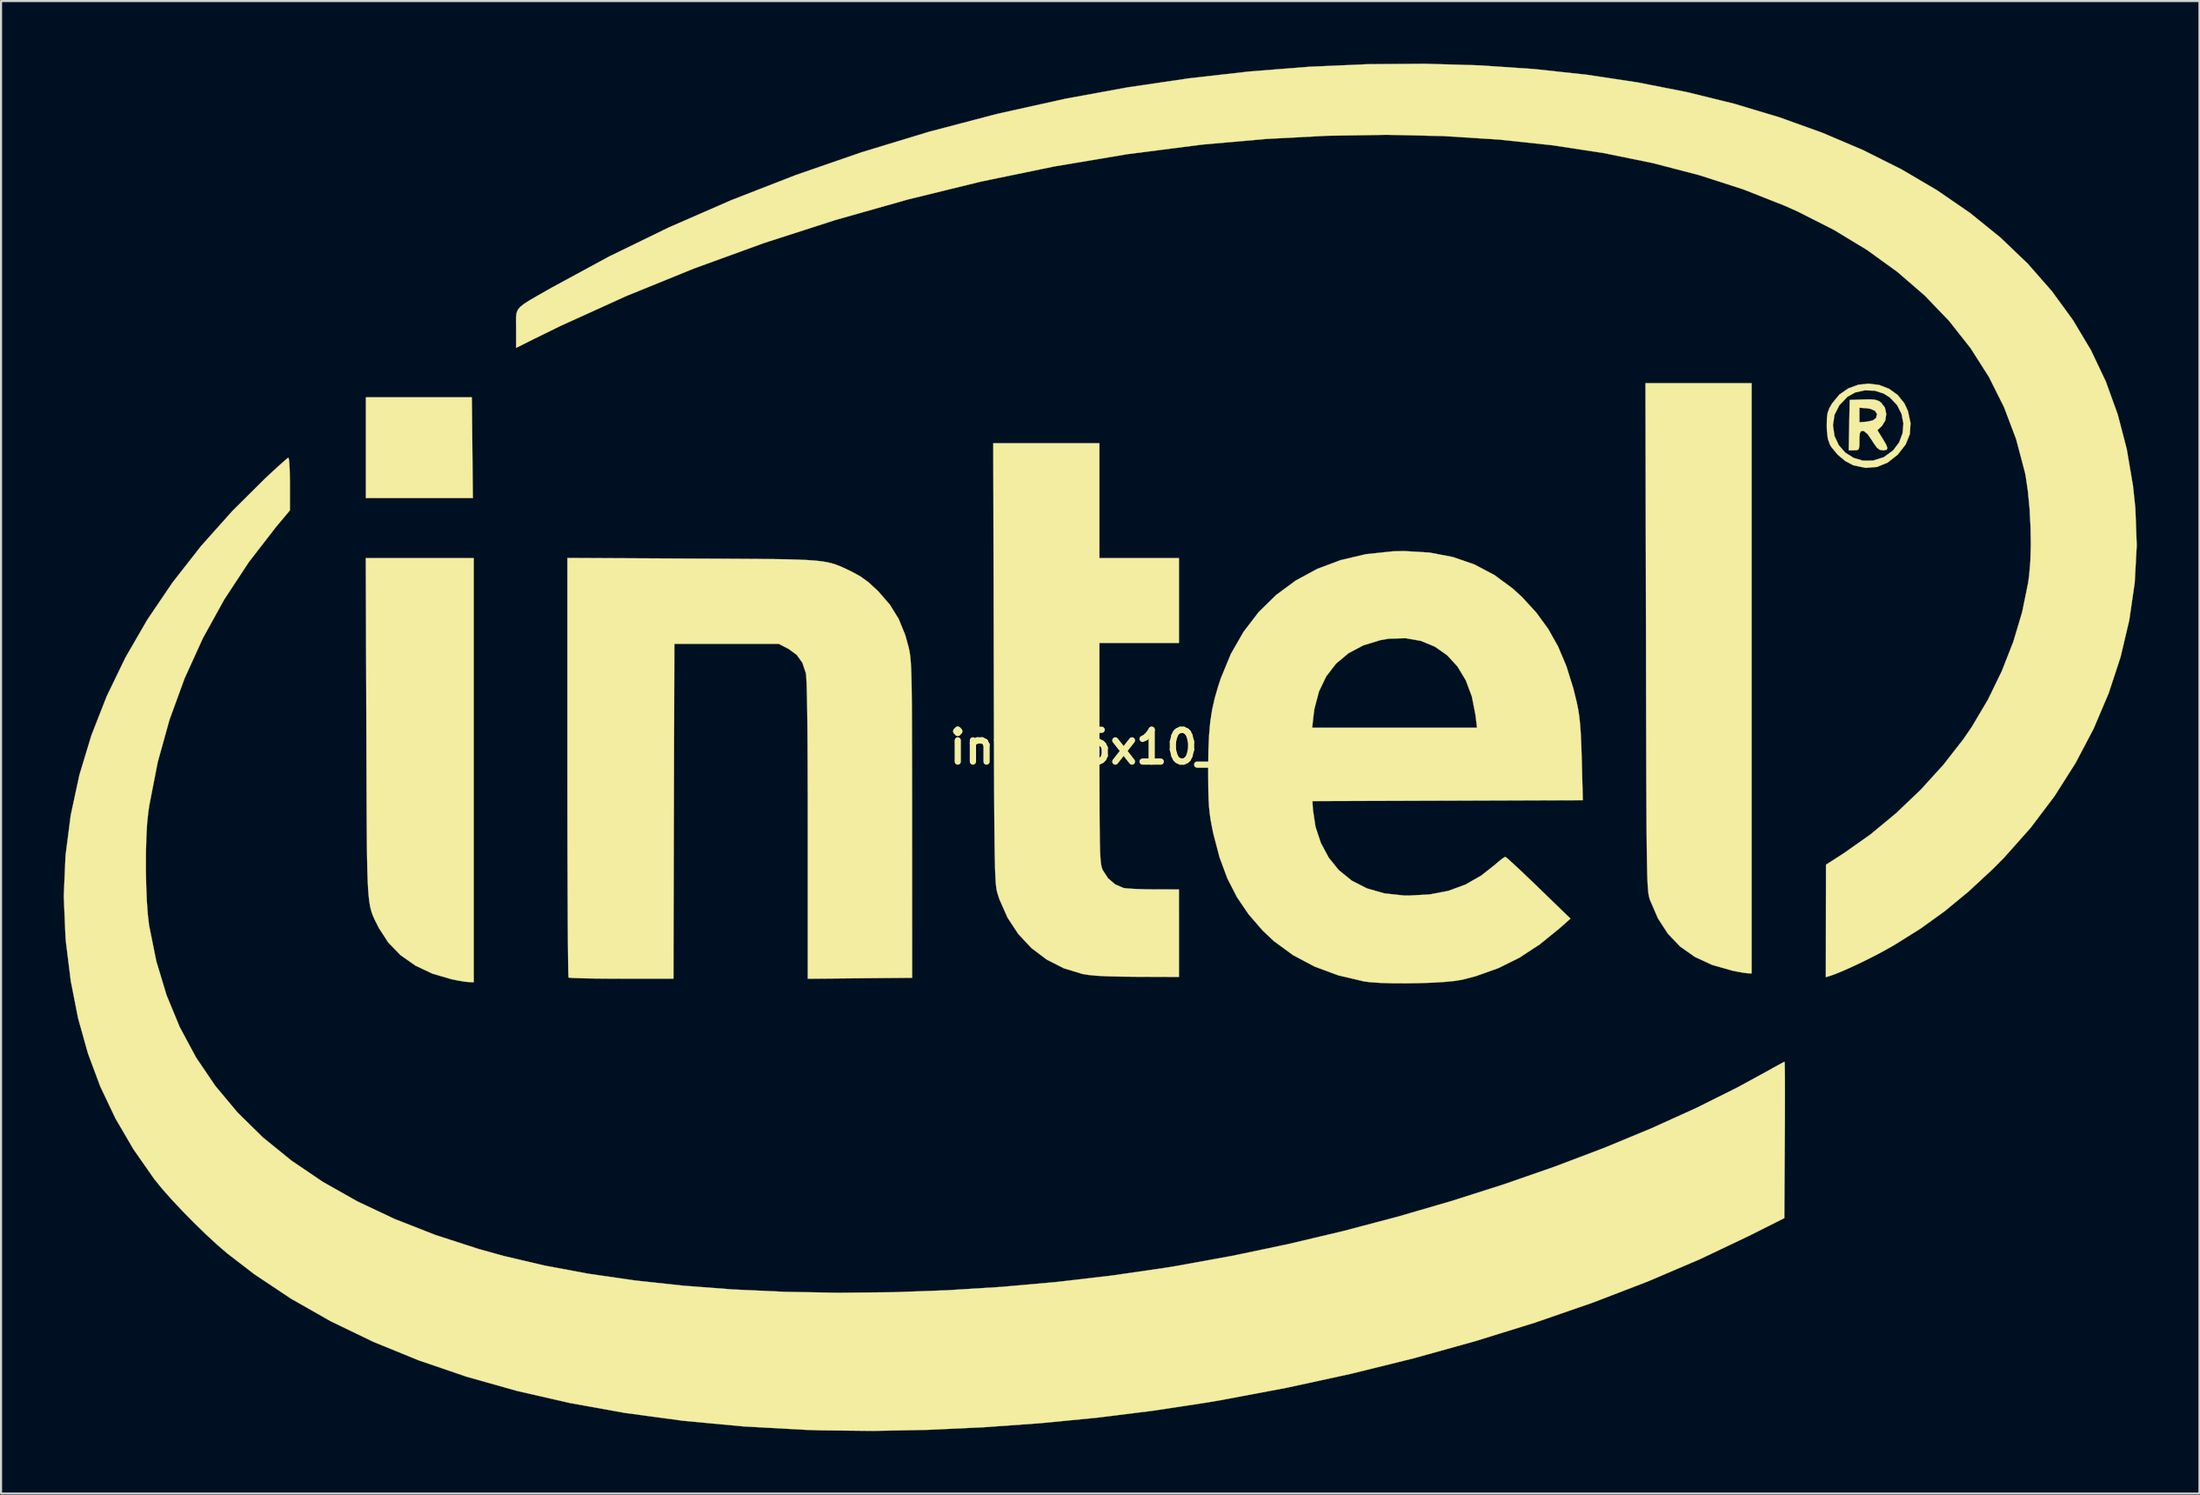
<source format=kicad_pcb>
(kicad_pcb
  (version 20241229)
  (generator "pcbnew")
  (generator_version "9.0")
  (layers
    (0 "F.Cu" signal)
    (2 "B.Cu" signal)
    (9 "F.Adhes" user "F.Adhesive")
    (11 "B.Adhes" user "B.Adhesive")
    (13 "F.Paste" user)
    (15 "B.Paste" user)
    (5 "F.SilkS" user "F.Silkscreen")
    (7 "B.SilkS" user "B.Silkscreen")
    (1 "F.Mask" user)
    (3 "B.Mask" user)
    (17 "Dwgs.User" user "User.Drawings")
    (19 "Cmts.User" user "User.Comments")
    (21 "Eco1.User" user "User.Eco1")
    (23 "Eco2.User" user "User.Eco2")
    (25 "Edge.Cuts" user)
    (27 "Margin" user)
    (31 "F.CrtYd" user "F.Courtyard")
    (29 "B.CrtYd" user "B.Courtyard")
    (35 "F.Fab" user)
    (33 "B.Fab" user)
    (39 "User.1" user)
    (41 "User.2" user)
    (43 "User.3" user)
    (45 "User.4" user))
  (footprint "intel_6x10_F"
    (layer "F.Cu")
    (at 49.614 32.751)
    (property "Reference" "intel_6x10_F" (at 0 0 0) (layer "F.SilkS") (effects (font (size 1.524 1.524) (thickness 0.3))))
    (attr through_hole)
    (fp_poly (pts (xy -30.038 -14.351) (xy -30.014 -11.938) (xy -32.575 -11.938) (xy -35.137 -11.938) (xy -35.137 -16.764) (xy -30.062 -16.764) (xy -30.038 -14.351)) (stroke (width 0.01) (type solid)) (fill yes) (layer "F.SilkS"))
    (fp_poly (pts (xy -29.972 11.261) (xy -30.205 11.254) (xy -30.406 11.233) (xy -30.706 11.184) (xy -31.025 11.121) (xy -31.947 10.852) (xy -32.767 10.464) (xy -33.475 9.966) (xy -34.061 9.365) (xy -34.512 8.669) (xy -34.545 8.604) (xy -34.634 8.427) (xy -34.712 8.27) (xy -34.781 8.121) (xy -34.84 7.971) (xy -34.892 7.807) (xy -34.936 7.619) (xy -34.973 7.397) (xy -35.004 7.128) (xy -35.03 6.803) (xy -35.05 6.41) (xy -35.066 5.939) (xy -35.079 5.378) (xy -35.088 4.717) (xy -35.095 3.945) (xy -35.101 3.05) (xy -35.105 2.023) (xy -35.109 0.852) (xy -35.113 -0.474) (xy -35.115 -0.953) (xy -35.142 -9.059) (xy -29.972 -9.059) (xy -29.972 11.261)) (stroke (width 0.01) (type solid)) (fill yes) (layer "F.SilkS"))
    (fp_poly (pts (xy 31.242 10.837) (xy 31.052 10.831) (xy 30.871 10.81) (xy 30.59 10.761) (xy 30.311 10.705) (xy 29.355 10.433) (xy 28.528 10.051) (xy 27.823 9.556) (xy 27.234 8.941) (xy 26.755 8.203) (xy 26.381 7.336) (xy 26.362 7.281) (xy 26.341 7.211) (xy 26.321 7.131) (xy 26.303 7.031) (xy 26.287 6.903) (xy 26.273 6.739) (xy 26.26 6.531) (xy 26.249 6.27) (xy 26.239 5.947) (xy 26.231 5.554) (xy 26.223 5.082) (xy 26.217 4.524) (xy 26.211 3.87) (xy 26.206 3.112) (xy 26.201 2.242) (xy 26.197 1.251) (xy 26.194 0.13) (xy 26.19 -1.128) (xy 26.187 -2.532) (xy 26.184 -4.092) (xy 26.182 -5.313) (xy 26.158 -17.441) (xy 31.242 -17.441) (xy 31.242 10.837)) (stroke (width 0.01) (type solid)) (fill yes) (layer "F.SilkS"))
    (fp_poly (pts (xy 37.161 -16.647) (xy 37.324 -16.591) (xy 37.449 -16.507) (xy 37.627 -16.27) (xy 37.692 -15.965) (xy 37.644 -15.652) (xy 37.483 -15.391) (xy 37.471 -15.38) (xy 37.266 -15.19) (xy 37.514 -14.792) (xy 37.679 -14.511) (xy 37.745 -14.34) (xy 37.712 -14.253) (xy 37.582 -14.225) (xy 37.527 -14.224) (xy 37.379 -14.25) (xy 37.248 -14.349) (xy 37.098 -14.554) (xy 37.014 -14.69) (xy 36.802 -14.997) (xy 36.628 -15.143) (xy 36.571 -15.155) (xy 36.476 -15.134) (xy 36.426 -15.042) (xy 36.408 -14.841) (xy 36.407 -14.69) (xy 36.402 -14.423) (xy 36.375 -14.285) (xy 36.3 -14.232) (xy 36.156 -14.224) (xy 36.15 -14.224) (xy 35.894 -14.224) (xy 35.918 -15.431) (xy 35.92 -15.569) (xy 36.407 -15.569) (xy 36.758 -15.595) (xy 37.044 -15.655) (xy 37.202 -15.769) (xy 37.251 -15.964) (xy 37.149 -16.119) (xy 36.913 -16.218) (xy 36.758 -16.24) (xy 36.407 -16.266) (xy 36.407 -15.569) (xy 35.92 -15.569) (xy 35.941 -16.637) (xy 36.582 -16.661) (xy 36.93 -16.667) (xy 37.161 -16.647)) (stroke (width 0.01) (type solid)) (fill yes) (layer "F.SilkS"))
    (fp_poly (pts (xy 37.354 -17.354) (xy 37.823 -17.174) (xy 38.233 -16.881) (xy 38.558 -16.479) (xy 38.728 -16.111) (xy 38.854 -15.532) (xy 38.82 -15.001) (xy 38.621 -14.505) (xy 38.256 -14.036) (xy 38.23 -14.009) (xy 37.756 -13.635) (xy 37.247 -13.427) (xy 36.703 -13.384) (xy 36.123 -13.506) (xy 36.098 -13.515) (xy 35.728 -13.712) (xy 35.365 -14.016) (xy 35.067 -14.375) (xy 34.99 -14.503) (xy 34.893 -14.783) (xy 34.847 -15.182) (xy 34.842 -15.416) (xy 34.842 -15.427) (xy 35.138 -15.427) (xy 35.211 -14.913) (xy 35.417 -14.47) (xy 35.729 -14.115) (xy 36.124 -13.863) (xy 36.574 -13.73) (xy 37.055 -13.732) (xy 37.542 -13.884) (xy 37.6 -13.913) (xy 38.019 -14.219) (xy 38.31 -14.606) (xy 38.475 -15.047) (xy 38.513 -15.511) (xy 38.424 -15.97) (xy 38.209 -16.393) (xy 37.868 -16.754) (xy 37.567 -16.946) (xy 37.136 -17.083) (xy 36.664 -17.099) (xy 36.209 -16.999) (xy 35.838 -16.794) (xy 35.445 -16.386) (xy 35.212 -15.924) (xy 35.138 -15.427) (xy 34.842 -15.427) (xy 34.849 -15.77) (xy 34.884 -16.021) (xy 34.962 -16.235) (xy 35.097 -16.472) (xy 35.446 -16.895) (xy 35.874 -17.192) (xy 36.352 -17.366) (xy 36.855 -17.419) (xy 37.354 -17.354)) (stroke (width 0.01) (type solid)) (fill yes) (layer "F.SilkS"))
    (fp_poly (pts (xy 0 -9.059) (xy 3.81 -9.059) (xy 3.81 -4.995) (xy 0 -4.995) (xy 0.002 0.275) (xy 0.002 1.355) (xy 0.004 2.279) (xy 0.006 3.06) (xy 0.01 3.712) (xy 0.016 4.246) (xy 0.023 4.677) (xy 0.033 5.018) (xy 0.047 5.283) (xy 0.063 5.483) (xy 0.083 5.632) (xy 0.107 5.744) (xy 0.136 5.832) (xy 0.159 5.888) (xy 0.413 6.279) (xy 0.758 6.576) (xy 1.151 6.743) (xy 1.167 6.747) (xy 1.369 6.771) (xy 1.697 6.791) (xy 2.11 6.806) (xy 2.564 6.813) (xy 2.646 6.813) (xy 3.809 6.816) (xy 3.81 8.911) (xy 3.81 11.007) (xy 1.799 11) (xy 1.004 10.992) (xy 0.36 10.976) (xy -0.149 10.949) (xy -0.541 10.911) (xy -0.804 10.868) (xy -1.704 10.594) (xy -2.525 10.176) (xy -3.256 9.625) (xy -3.886 8.951) (xy -4.402 8.167) (xy -4.792 7.283) (xy -4.887 6.985) (xy -4.909 6.901) (xy -4.929 6.801) (xy -4.947 6.676) (xy -4.963 6.517) (xy -4.977 6.314) (xy -4.989 6.06) (xy -5 5.743) (xy -5.009 5.356) (xy -5.018 4.889) (xy -5.025 4.333) (xy -5.031 3.679) (xy -5.037 2.918) (xy -5.041 2.04) (xy -5.046 1.036) (xy -5.05 -0.102) (xy -5.053 -1.385) (xy -5.057 -2.82) (xy -5.06 -4.043) (xy -5.084 -14.563) (xy 0 -14.563) (xy 0 -9.059)) (stroke (width 0.01) (type solid)) (fill yes) (layer "F.SilkS"))
    (fp_poly (pts (xy -19.494 -9.037) (xy -18.308 -9.032) (xy -17.277 -9.026) (xy -16.389 -9.02) (xy -15.63 -9.012) (xy -14.988 -9.002) (xy -14.449 -8.987) (xy -13.999 -8.967) (xy -13.625 -8.941) (xy -13.315 -8.907) (xy -13.055 -8.865) (xy -12.831 -8.814) (xy -12.63 -8.752) (xy -12.439 -8.678) (xy -12.245 -8.592) (xy -12.035 -8.492) (xy -11.858 -8.407) (xy -11.45 -8.184) (xy -11.072 -7.91) (xy -10.669 -7.543) (xy -10.586 -7.461) (xy -10.038 -6.829) (xy -9.618 -6.15) (xy -9.305 -5.385) (xy -9.149 -4.826) (xy -9.119 -4.697) (xy -9.093 -4.566) (xy -9.07 -4.423) (xy -9.051 -4.255) (xy -9.034 -4.052) (xy -9.02 -3.801) (xy -9.009 -3.493) (xy -8.999 -3.115) (xy -8.992 -2.655) (xy -8.986 -2.104) (xy -8.982 -1.448) (xy -8.979 -0.678) (xy -8.977 0.219) (xy -8.975 1.253) (xy -8.974 2.437) (xy -8.974 3.471) (xy -8.971 11.049) (xy -11.471 11.071) (xy -13.97 11.094) (xy -13.97 3.985) (xy -13.971 2.474) (xy -13.975 1.132) (xy -13.98 -0.042) (xy -13.988 -1.046) (xy -13.998 -1.883) (xy -14.011 -2.552) (xy -14.026 -3.054) (xy -14.043 -3.388) (xy -14.061 -3.549) (xy -14.228 -4.046) (xy -14.5 -4.425) (xy -14.898 -4.714) (xy -14.941 -4.736) (xy -15.362 -4.953) (xy -20.362 -4.953) (xy -20.384 3.069) (xy -20.406 11.091) (xy -22.889 11.091) (xy -23.521 11.089) (xy -24.098 11.084) (xy -24.597 11.076) (xy -24.998 11.065) (xy -25.279 11.053) (xy -25.418 11.039) (xy -25.428 11.035) (xy -25.435 10.945) (xy -25.442 10.695) (xy -25.449 10.298) (xy -25.455 9.763) (xy -25.461 9.1) (xy -25.467 8.321) (xy -25.471 7.435) (xy -25.475 6.453) (xy -25.479 5.386) (xy -25.482 4.244) (xy -25.483 3.038) (xy -25.484 1.777) (xy -25.485 0.956) (xy -25.485 -9.067) (xy -19.494 -9.037)) (stroke (width 0.01) (type solid)) (fill yes) (layer "F.SilkS"))
    (fp_poly (pts (xy 15.813 -9.325) (xy 16.931 -9.112) (xy 17.966 -8.754) (xy 18.923 -8.248) (xy 19.809 -7.594) (xy 20.241 -7.197) (xy 20.92 -6.458) (xy 21.491 -5.678) (xy 21.969 -4.83) (xy 22.367 -3.888) (xy 22.699 -2.825) (xy 22.868 -2.138) (xy 22.935 -1.807) (xy 22.987 -1.464) (xy 23.028 -1.075) (xy 23.06 -0.611) (xy 23.085 -0.037) (xy 23.105 0.613) (xy 23.156 2.539) (xy 16.679 2.561) (xy 10.202 2.582) (xy 10.229 3.006) (xy 10.351 3.815) (xy 10.608 4.589) (xy 10.983 5.29) (xy 11.46 5.883) (xy 11.467 5.89) (xy 12.091 6.396) (xy 12.819 6.767) (xy 13.647 7.004) (xy 14.577 7.106) (xy 14.817 7.11) (xy 15.821 7.055) (xy 16.719 6.882) (xy 17.535 6.582) (xy 18.291 6.149) (xy 18.922 5.652) (xy 19.154 5.454) (xy 19.339 5.312) (xy 19.441 5.254) (xy 19.445 5.254) (xy 19.522 5.312) (xy 19.704 5.472) (xy 19.972 5.719) (xy 20.31 6.036) (xy 20.701 6.409) (xy 21.04 6.736) (xy 22.564 8.214) (xy 22.065 8.658) (xy 21.095 9.447) (xy 20.119 10.085) (xy 19.107 10.588) (xy 18.03 10.971) (xy 17.375 11.142) (xy 17.025 11.199) (xy 16.544 11.246) (xy 15.968 11.281) (xy 15.336 11.304) (xy 14.685 11.314) (xy 14.051 11.311) (xy 13.474 11.294) (xy 12.989 11.262) (xy 12.677 11.222) (xy 11.442 10.932) (xy 10.308 10.512) (xy 9.281 9.967) (xy 8.366 9.299) (xy 7.826 8.792) (xy 7.15 8.012) (xy 6.589 7.186) (xy 6.129 6.286) (xy 5.758 5.287) (xy 5.462 4.162) (xy 5.402 3.875) (xy 5.336 3.528) (xy 5.288 3.207) (xy 5.253 2.876) (xy 5.231 2.501) (xy 5.218 2.049) (xy 5.213 1.485) (xy 5.212 1.016) (xy 5.222 0.158) (xy 5.253 -0.569) (xy 5.285 -0.931) (xy 10.192 -0.931) (xy 18.088 -0.931) (xy 18.015 -1.543) (xy 17.842 -2.427) (xy 17.551 -3.204) (xy 17.153 -3.866) (xy 16.656 -4.406) (xy 16.07 -4.817) (xy 15.406 -5.092) (xy 14.671 -5.222) (xy 13.876 -5.2) (xy 13.464 -5.131) (xy 12.642 -4.88) (xy 11.932 -4.503) (xy 11.337 -4.005) (xy 10.864 -3.392) (xy 10.517 -2.669) (xy 10.3 -1.843) (xy 10.254 -1.506) (xy 10.192 -0.931) (xy 5.285 -0.931) (xy 5.309 -1.202) (xy 5.397 -1.78) (xy 5.522 -2.338) (xy 5.689 -2.915) (xy 5.816 -3.302) (xy 6.3 -4.474) (xy 6.907 -5.533) (xy 7.63 -6.474) (xy 8.464 -7.292) (xy 9.4 -7.983) (xy 10.433 -8.543) (xy 11.557 -8.965) (xy 12.763 -9.247) (xy 14.047 -9.384) (xy 14.605 -9.397) (xy 15.813 -9.325)) (stroke (width 0.01) (type solid)) (fill yes) (layer "F.SilkS"))
    (fp_poly (pts (xy 18.233 -32.668) (xy 20.831 -32.492) (xy 23.353 -32.219) (xy 25.794 -31.85) (xy 28.147 -31.387) (xy 30.408 -30.83) (xy 32.569 -30.181) (xy 34.627 -29.441) (xy 36.575 -28.612) (xy 38.408 -27.694) (xy 40.12 -26.688) (xy 41.706 -25.597) (xy 43.159 -24.421) (xy 44.475 -23.162) (xy 45.629 -21.844) (xy 46.637 -20.461) (xy 47.495 -19.025) (xy 48.208 -17.524) (xy 48.778 -15.948) (xy 49.211 -14.288) (xy 49.509 -12.534) (xy 49.623 -11.463) (xy 49.69 -9.666) (xy 49.592 -7.871) (xy 49.332 -6.085) (xy 48.915 -4.319) (xy 48.345 -2.583) (xy 47.625 -0.887) (xy 46.759 0.759) (xy 45.751 2.347) (xy 44.605 3.865) (xy 43.325 5.304) (xy 42.787 5.845) (xy 41.632 6.916) (xy 40.493 7.856) (xy 39.33 8.694) (xy 38.105 9.461) (xy 37.643 9.724) (xy 37.184 9.97) (xy 36.681 10.224) (xy 36.172 10.467) (xy 35.696 10.683) (xy 35.29 10.853) (xy 34.994 10.96) (xy 34.989 10.961) (xy 34.798 11.018) (xy 34.805 5.63) (xy 35.659 5.08) (xy 36.932 4.182) (xy 38.171 3.156) (xy 39.346 2.034) (xy 40.428 0.844) (xy 41.385 -0.383) (xy 41.789 -0.974) (xy 42.559 -2.272) (xy 43.226 -3.644) (xy 43.778 -5.054) (xy 44.202 -6.473) (xy 44.486 -7.865) (xy 44.537 -8.233) (xy 44.595 -8.924) (xy 44.616 -9.724) (xy 44.602 -10.581) (xy 44.556 -11.443) (xy 44.478 -12.258) (xy 44.373 -12.974) (xy 44.334 -13.172) (xy 43.91 -14.769) (xy 43.333 -16.294) (xy 42.606 -17.746) (xy 41.73 -19.121) (xy 40.707 -20.418) (xy 39.539 -21.636) (xy 38.227 -22.771) (xy 36.774 -23.822) (xy 35.181 -24.788) (xy 33.451 -25.665) (xy 32.843 -25.938) (xy 30.856 -26.723) (xy 28.74 -27.407) (xy 26.502 -27.989) (xy 24.149 -28.468) (xy 21.688 -28.843) (xy 19.125 -29.115) (xy 16.469 -29.282) (xy 13.726 -29.343) (xy 10.904 -29.297) (xy 8.008 -29.145) (xy 5.047 -28.885) (xy 4.826 -28.861) (xy 1.347 -28.415) (xy -2.16 -27.826) (xy -5.675 -27.1) (xy -9.179 -26.242) (xy -12.651 -25.258) (xy -16.071 -24.155) (xy -19.419 -22.937) (xy -22.674 -21.612) (xy -25.817 -20.184) (xy -27.101 -19.554) (xy -27.94 -19.133) (xy -27.94 -20.059) (xy -27.944 -20.37) (xy -27.943 -20.609) (xy -27.921 -20.796) (xy -27.862 -20.951) (xy -27.748 -21.093) (xy -27.562 -21.242) (xy -27.287 -21.417) (xy -26.908 -21.637) (xy -26.406 -21.922) (xy -26.247 -22.013) (xy -23.496 -23.506) (xy -20.617 -24.908) (xy -17.627 -26.213) (xy -14.543 -27.415) (xy -11.383 -28.508) (xy -8.166 -29.486) (xy -4.908 -30.342) (xy -1.629 -31.07) (xy 1.355 -31.616) (xy 4.293 -32.048) (xy 7.189 -32.376) (xy 10.036 -32.601) (xy 12.829 -32.724) (xy 15.563 -32.746) (xy 18.233 -32.668)) (stroke (width 0.01) (type solid)) (fill yes) (layer "F.SilkS"))
    (fp_poly (pts (xy -38.826 -13.802) (xy -38.803 -13.585) (xy -38.786 -13.244) (xy -38.778 -12.802) (xy -38.777 -12.623) (xy -38.777 -11.347) (xy -39.434 -10.563) (xy -40.747 -8.865) (xy -41.919 -7.082) (xy -42.946 -5.224) (xy -43.822 -3.298) (xy -44.545 -1.315) (xy -45.11 0.717) (xy -45.513 2.788) (xy -45.563 3.133) (xy -45.618 3.66) (xy -45.654 4.313) (xy -45.673 5.051) (xy -45.676 5.831) (xy -45.662 6.611) (xy -45.632 7.35) (xy -45.585 8.005) (xy -45.524 8.534) (xy -45.522 8.543) (xy -45.177 10.254) (xy -44.687 11.879) (xy -44.052 13.416) (xy -43.273 14.867) (xy -42.349 16.231) (xy -41.28 17.509) (xy -40.066 18.701) (xy -38.706 19.806) (xy -37.201 20.826) (xy -35.55 21.76) (xy -33.754 22.608) (xy -31.811 23.37) (xy -29.723 24.047) (xy -28.533 24.378) (xy -26.586 24.835) (xy -24.499 25.225) (xy -22.289 25.546) (xy -19.971 25.798) (xy -17.561 25.982) (xy -15.074 26.096) (xy -12.526 26.141) (xy -9.933 26.116) (xy -7.31 26.022) (xy -4.674 25.858) (xy -2.039 25.623) (xy 0.577 25.318) (xy 3.161 24.943) (xy 3.725 24.85) (xy 6.366 24.37) (xy 9.015 23.815) (xy 11.658 23.189) (xy 14.278 22.498) (xy 16.857 21.747) (xy 19.379 20.943) (xy 21.828 20.09) (xy 24.187 19.195) (xy 26.44 18.261) (xy 28.57 17.296) (xy 30.561 16.303) (xy 31.951 15.545) (xy 32.286 15.357) (xy 32.563 15.204) (xy 32.752 15.103) (xy 32.82 15.071) (xy 32.826 15.152) (xy 32.831 15.387) (xy 32.835 15.756) (xy 32.837 16.244) (xy 32.837 16.832) (xy 32.836 17.505) (xy 32.833 18.245) (xy 32.83 18.817) (xy 32.808 22.564) (xy 31.115 23.415) (xy 28.764 24.533) (xy 26.265 25.601) (xy 23.631 26.614) (xy 20.876 27.567) (xy 18.016 28.456) (xy 15.064 29.278) (xy 12.034 30.027) (xy 8.94 30.699) (xy 5.798 31.289) (xy 5.122 31.404) (xy 2.537 31.797) (xy -0.126 32.127) (xy -2.83 32.39) (xy -5.539 32.584) (xy -8.218 32.708) (xy -10.83 32.758) (xy -13.339 32.732) (xy -14.055 32.709) (xy -17.053 32.544) (xy -19.94 32.274) (xy -22.714 31.9) (xy -25.371 31.422) (xy -27.909 30.841) (xy -30.325 30.159) (xy -32.617 29.375) (xy -34.783 28.49) (xy -36.819 27.507) (xy -38.724 26.424) (xy -40.493 25.243) (xy -41.783 24.251) (xy -42.268 23.833) (xy -42.81 23.332) (xy -43.376 22.781) (xy -43.936 22.211) (xy -44.459 21.653) (xy -44.913 21.139) (xy -45.267 20.701) (xy -45.268 20.701) (xy -46.272 19.263) (xy -47.134 17.787) (xy -47.86 16.259) (xy -48.454 14.662) (xy -48.924 12.981) (xy -49.273 11.203) (xy -49.508 9.311) (xy -49.526 9.102) (xy -49.609 7.144) (xy -49.525 5.193) (xy -49.275 3.255) (xy -48.861 1.332) (xy -48.285 -0.57) (xy -47.549 -2.448) (xy -46.655 -4.296) (xy -45.605 -6.112) (xy -44.4 -7.89) (xy -43.042 -9.627) (xy -41.533 -11.318) (xy -39.969 -12.872) (xy -39.62 -13.196) (xy -39.313 -13.478) (xy -39.067 -13.697) (xy -38.907 -13.834) (xy -38.856 -13.871) (xy -38.826 -13.802)) (stroke (width 0.01) (type solid)) (fill yes) (layer "F.SilkS")))
  (gr_rect
    (start -3 -3)
    (end 102.309 68.513)
    (stroke (width 0.1) (type default))
    (fill no)
    (layer "Edge.Cuts")))
</source>
